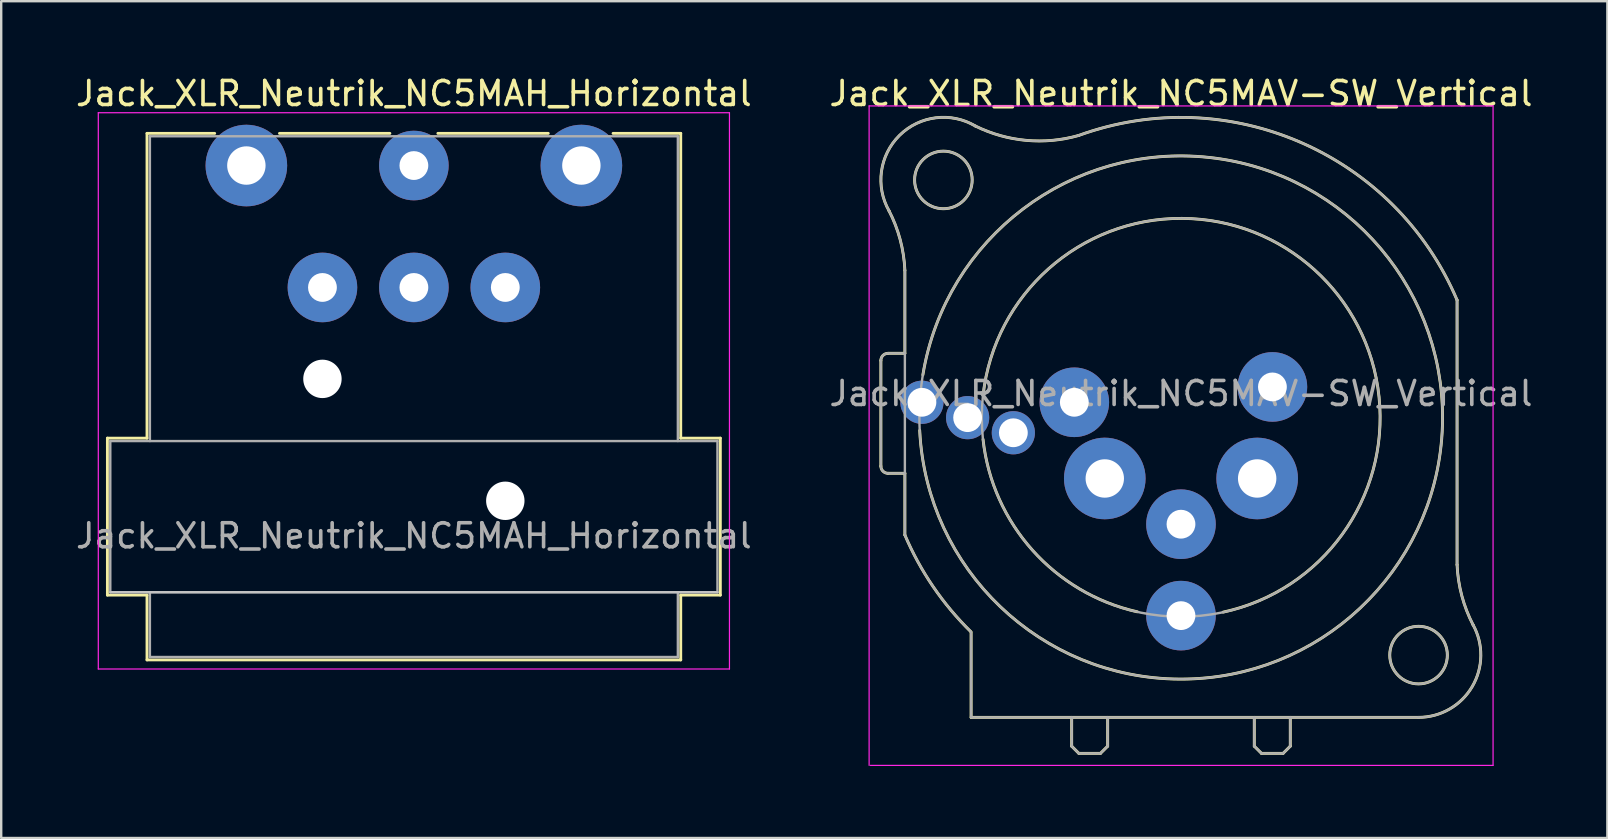
<source format=kicad_pcb>
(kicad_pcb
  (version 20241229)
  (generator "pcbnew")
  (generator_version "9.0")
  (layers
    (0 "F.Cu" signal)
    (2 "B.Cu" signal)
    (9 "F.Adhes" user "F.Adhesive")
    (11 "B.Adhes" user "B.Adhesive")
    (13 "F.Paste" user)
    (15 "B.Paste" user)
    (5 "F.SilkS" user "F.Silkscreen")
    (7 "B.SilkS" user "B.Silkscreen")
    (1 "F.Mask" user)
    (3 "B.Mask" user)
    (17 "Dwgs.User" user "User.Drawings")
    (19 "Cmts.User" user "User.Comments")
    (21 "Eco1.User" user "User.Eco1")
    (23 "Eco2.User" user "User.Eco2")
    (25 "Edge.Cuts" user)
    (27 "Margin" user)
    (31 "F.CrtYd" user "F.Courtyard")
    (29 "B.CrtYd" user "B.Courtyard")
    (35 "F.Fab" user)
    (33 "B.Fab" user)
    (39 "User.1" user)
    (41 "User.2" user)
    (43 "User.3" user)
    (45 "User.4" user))
  (footprint "Jack_XLR_Neutrik_NC5MAH_Horizontal"
    (layer "F.Cu")
    (at 7.216 3.848)
    (property "Reference" "Jack_XLR_Neutrik_NC5MAH_Horizontal" (at 6.98 -3 0) (layer "F.SilkS") (effects (font (size 1 1) (thickness 0.15))))
    (attr through_hole)
    (fp_line (start -5.79 11.36) (end -4.14 11.36) (stroke (width 0.12) (type solid)) (layer "F.SilkS"))
    (fp_line (start -5.79 17.9) (end -5.79 11.36) (stroke (width 0.12) (type solid)) (layer "F.SilkS"))
    (fp_line (start -4.14 -1.34) (end -1.32 -1.34) (stroke (width 0.12) (type solid)) (layer "F.SilkS"))
    (fp_line (start -4.14 11.36) (end -4.14 -1.34) (stroke (width 0.12) (type solid)) (layer "F.SilkS"))
    (fp_line (start -4.14 17.9) (end -5.79 17.9) (stroke (width 0.12) (type solid)) (layer "F.SilkS"))
    (fp_line (start -4.14 17.9) (end -4.14 20.6) (stroke (width 0.12) (type solid)) (layer "F.SilkS"))
    (fp_line (start 1.38 -1.34) (end 5.98 -1.34) (stroke (width 0.12) (type solid)) (layer "F.SilkS"))
    (fp_line (start 12.58 -1.34) (end 7.98 -1.34) (stroke (width 0.12) (type solid)) (layer "F.SilkS"))
    (fp_line (start 18.1 -1.34) (end 15.28 -1.34) (stroke (width 0.12) (type solid)) (layer "F.SilkS"))
    (fp_line (start 18.1 11.36) (end 18.1 -1.34) (stroke (width 0.12) (type solid)) (layer "F.SilkS"))
    (fp_line (start 18.1 11.36) (end 19.75 11.36) (stroke (width 0.12) (type solid)) (layer "F.SilkS"))
    (fp_line (start 18.1 17.9) (end 18.1 20.6) (stroke (width 0.12) (type solid)) (layer "F.SilkS"))
    (fp_line (start 18.1 20.6) (end -4.14 20.6) (stroke (width 0.12) (type solid)) (layer "F.SilkS"))
    (fp_line (start 19.75 17.9) (end 18.1 17.9) (stroke (width 0.12) (type solid)) (layer "F.SilkS"))
    (fp_line (start 19.75 17.9) (end 19.75 11.36) (stroke (width 0.12) (type solid)) (layer "F.SilkS"))
    (fp_line (start 19.63 17.78) (end -5.67 17.78) (stroke (width 0.1) (type solid)) (layer "Dwgs.User"))
    (fp_line (start -6.17 20.98) (end -6.17 -2.2) (stroke (width 0.05) (type solid)) (layer "F.CrtYd"))
    (fp_line (start 20.13 -2.2) (end -6.17 -2.2) (stroke (width 0.05) (type solid)) (layer "F.CrtYd"))
    (fp_line (start 20.13 20.98) (end -6.17 20.98) (stroke (width 0.05) (type solid)) (layer "F.CrtYd"))
    (fp_line (start 20.13 20.98) (end 20.13 -2.2) (stroke (width 0.05) (type solid)) (layer "F.CrtYd"))
    (fp_line (start -5.67 11.48) (end 19.63 11.48) (stroke (width 0.1) (type solid)) (layer "F.Fab"))
    (fp_line (start -5.67 17.78) (end -5.67 11.48) (stroke (width 0.1) (type solid)) (layer "F.Fab"))
    (fp_line (start -4.02 -1.22) (end -4.02 11.48) (stroke (width 0.1) (type solid)) (layer "F.Fab"))
    (fp_line (start -4.02 20.48) (end -4.02 17.78) (stroke (width 0.1) (type solid)) (layer "F.Fab"))
    (fp_line (start 17.98 -1.22) (end -4.02 -1.22) (stroke (width 0.1) (type solid)) (layer "F.Fab"))
    (fp_line (start 17.98 11.48) (end 17.98 -1.22) (stroke (width 0.1) (type solid)) (layer "F.Fab"))
    (fp_line (start 17.98 17.78) (end 17.98 20.48) (stroke (width 0.1) (type solid)) (layer "F.Fab"))
    (fp_line (start 17.98 20.48) (end -4.02 20.48) (stroke (width 0.1) (type solid)) (layer "F.Fab"))
    (fp_line (start 19.63 11.48) (end 19.63 17.78) (stroke (width 0.1) (type solid)) (layer "F.Fab"))
    (fp_line (start 19.63 17.78) (end -5.67 17.78) (stroke (width 0.1) (type solid)) (layer "F.Fab"))
    (fp_text user "${REFERENCE}" (at 6.98 15.43 0) (layer "F.Fab") (effects (font (size 1 1) (thickness 0.15))))
    (pad "" np_thru_hole circle (at 3.17 8.89) (size 1.6 1.6) (drill 1.6) (layers "*.Cu" "*.Mask"))
    (pad "" np_thru_hole circle (at 10.79 13.97) (size 1.6 1.6) (drill 1.6) (layers "*.Cu" "*.Mask"))
    (pad "1" thru_hole circle (at 0 0) (size 3.4 3.4) (drill 1.6) (layers "*.Cu" "*.Mask"))
    (pad "2" thru_hole circle (at 3.17 5.08) (size 2.9 2.9) (drill 1.2) (layers "*.Cu" "*.Mask"))
    (pad "3" thru_hole circle (at 6.98 0) (size 2.9 2.9) (drill 1.2) (layers "*.Cu" "*.Mask"))
    (pad "4" thru_hole circle (at 10.79 5.08) (size 2.9 2.9) (drill 1.2) (layers "*.Cu" "*.Mask"))
    (pad "5" thru_hole circle (at 13.96 0) (size 3.4 3.4) (drill 1.6) (layers "*.Cu" "*.Mask"))
    (pad "G" thru_hole circle (at 6.98 5.08) (size 2.9 2.9) (drill 1.2) (layers "*.Cu" "*.Mask")))
  (footprint "Jack_XLR_Neutrik_NC5MAV-SW_Vertical"
    (layer "F.Cu")
    (at 41.716 13.713)
    (property "Reference" "Jack_XLR_Neutrik_NC5MAV-SW_Vertical" (at 4.445 -12.865 0) (layer "F.SilkS") (effects (font (size 1 1) (thickness 0.15))))
    (attr through_hole)
    (fp_line (start -8.06 -1.74) (end -8.06 2.66) (stroke (width 0.12) (type solid)) (layer "F.SilkS"))
    (fp_line (start -7.76 2.96) (end -7.06 2.96) (stroke (width 0.12) (type solid)) (layer "F.SilkS"))
    (fp_line (start -7.06 -5.5) (end -7.06 -2.04) (stroke (width 0.12) (type solid)) (layer "F.SilkS"))
    (fp_line (start -7.06 -2.04) (end -7.76 -2.04) (stroke (width 0.12) (type solid)) (layer "F.SilkS"))
    (fp_line (start -7.06 2.96) (end -7.06 5.53) (stroke (width 0.12) (type solid)) (layer "F.SilkS"))
    (fp_line (start -4.3 9.58) (end -4.3 13.13) (stroke (width 0.12) (type solid)) (layer "F.SilkS"))
    (fp_line (start -0.11 13.13) (end -0.11 14.33) (stroke (width 0.12) (type solid)) (layer "F.SilkS"))
    (fp_line (start -0.11 14.33) (end 0.19 14.63) (stroke (width 0.12) (type solid)) (layer "F.SilkS"))
    (fp_line (start 0.19 14.63) (end 1.09 14.63) (stroke (width 0.12) (type solid)) (layer "F.SilkS"))
    (fp_line (start 1.39 13.13) (end 1.39 14.33) (stroke (width 0.12) (type solid)) (layer "F.SilkS"))
    (fp_line (start 1.39 14.33) (end 1.09 14.63) (stroke (width 0.12) (type solid)) (layer "F.SilkS"))
    (fp_line (start 7.5 13.13) (end 7.5 14.33) (stroke (width 0.12) (type solid)) (layer "F.SilkS"))
    (fp_line (start 7.5 14.33) (end 7.8 14.63) (stroke (width 0.12) (type solid)) (layer "F.SilkS"))
    (fp_line (start 8.7 14.63) (end 7.8 14.63) (stroke (width 0.12) (type solid)) (layer "F.SilkS"))
    (fp_line (start 9 13.13) (end 9 14.33) (stroke (width 0.12) (type solid)) (layer "F.SilkS"))
    (fp_line (start 9 14.33) (end 8.7 14.63) (stroke (width 0.12) (type solid)) (layer "F.SilkS"))
    (fp_line (start 14.34 13.13) (end -4.3 13.13) (stroke (width 0.12) (type solid)) (layer "F.SilkS"))
    (fp_line (start 15.95 6.77) (end 15.95 -4.26) (stroke (width 0.12) (type solid)) (layer "F.SilkS"))
    (fp_arc (start -8.06 -1.74) (mid -7.972132 -1.952132) (end -7.76 -2.04) (stroke (width 0.12) (type solid)) (layer "F.SilkS"))
    (fp_arc (start -7.76 2.96) (mid -7.972132 2.872132) (end -8.06 2.66) (stroke (width 0.12) (type solid)) (layer "F.SilkS"))
    (fp_arc (start -7.723487 -7.985205) (mid -7.256205 -6.778788) (end -7.06 -5.5) (stroke (width 0.12) (type solid)) (layer "F.SilkS"))
    (fp_arc (start -7.715328 -7.969927) (mid -7.280775 -11.124351) (end -4.12 -11.51) (stroke (width 0.12) (type solid)) (layer "F.SilkS"))
    (fp_arc (start -6.31 -1.14) (mid 15.327723 1.25708) (end -6.442209 1.172885) (stroke (width 0.12) (type solid)) (layer "F.SilkS"))
    (fp_arc (start -4.310999 9.560163) (mid -5.883968 7.680458) (end -7.06 5.53) (stroke (width 0.12) (type solid)) (layer "F.SilkS"))
    (fp_arc (start -3.8 -0.3) (mid 10.010227 -5.519876) (end 6.202812 8.744522) (stroke (width 0.12) (type solid)) (layer "F.SilkS"))
    (fp_arc (start 0.17934 -11.11788) (mid 9.430944 -10.83088) (end 15.95 -4.26) (stroke (width 0.12) (type solid)) (layer "F.SilkS"))
    (fp_arc (start 0.179944 -11.117415) (mid -2.006497 -10.914263) (end -4.12 -11.51) (stroke (width 0.12) (type solid)) (layer "F.SilkS"))
    (fp_arc (start 2.62 8.73) (mid -1.741551 6.165482) (end -3.803135 1.544903) (stroke (width 0.12) (type solid)) (layer "F.SilkS"))
    (fp_arc (start 16.614011 9.269495) (mid 16.580236 11.8496) (end 14.34 13.13) (stroke (width 0.12) (type solid)) (layer "F.SilkS"))
    (fp_arc (start 16.619064 9.280467) (mid 16.147616 8.061723) (end 15.95 6.77) (stroke (width 0.12) (type solid)) (layer "F.SilkS"))
    (fp_circle (center -5.455 -9.265) (end -4.255 -9.265) (stroke (width 0.12) (type solid)) (fill no) (layer "F.SilkS"))
    (fp_circle (center 14.345 10.535) (end 15.545 10.535) (stroke (width 0.12) (type solid)) (fill no) (layer "F.SilkS"))
    (fp_line (start -8.55 -12.35) (end 17.45 -12.35) (stroke (width 0.05) (type solid)) (layer "F.CrtYd"))
    (fp_line (start -8.55 15.13) (end -8.55 -12.35) (stroke (width 0.05) (type solid)) (layer "F.CrtYd"))
    (fp_line (start 17.45 -12.35) (end 17.45 15.13) (stroke (width 0.05) (type solid)) (layer "F.CrtYd"))
    (fp_line (start 17.45 15.13) (end -8.5 15.13) (stroke (width 0.05) (type solid)) (layer "F.CrtYd"))
    (fp_line (start -8.06 -1.74) (end -8.06 2.66) (stroke (width 0.1) (type solid)) (layer "F.Fab"))
    (fp_line (start -7.76 2.96) (end -7.06 2.96) (stroke (width 0.1) (type solid)) (layer "F.Fab"))
    (fp_line (start -7.06 -5.5) (end -7.06 5.53) (stroke (width 0.1) (type solid)) (layer "F.Fab"))
    (fp_line (start -7.06 -2.04) (end -7.76 -2.04) (stroke (width 0.1) (type solid)) (layer "F.Fab"))
    (fp_line (start -4.3 9.58) (end -4.3 13.13) (stroke (width 0.1) (type solid)) (layer "F.Fab"))
    (fp_line (start -0.11 13.13) (end -0.11 14.33) (stroke (width 0.1) (type solid)) (layer "F.Fab"))
    (fp_line (start -0.11 14.33) (end 0.19 14.63) (stroke (width 0.1) (type solid)) (layer "F.Fab"))
    (fp_line (start 0.19 14.63) (end 1.09 14.63) (stroke (width 0.1) (type solid)) (layer "F.Fab"))
    (fp_line (start 1.39 13.13) (end 1.39 14.33) (stroke (width 0.1) (type solid)) (layer "F.Fab"))
    (fp_line (start 1.39 14.33) (end 1.09 14.63) (stroke (width 0.1) (type solid)) (layer "F.Fab"))
    (fp_line (start 7.5 13.13) (end 7.5 14.33) (stroke (width 0.1) (type solid)) (layer "F.Fab"))
    (fp_line (start 7.5 14.33) (end 7.8 14.63) (stroke (width 0.1) (type solid)) (layer "F.Fab"))
    (fp_line (start 8.7 14.63) (end 7.8 14.63) (stroke (width 0.1) (type solid)) (layer "F.Fab"))
    (fp_line (start 9 13.13) (end 9 14.33) (stroke (width 0.1) (type solid)) (layer "F.Fab"))
    (fp_line (start 9 14.33) (end 8.7 14.63) (stroke (width 0.1) (type solid)) (layer "F.Fab"))
    (fp_line (start 14.34 13.13) (end -4.3 13.13) (stroke (width 0.1) (type solid)) (layer "F.Fab"))
    (fp_line (start 15.95 6.77) (end 15.95 -4.26) (stroke (width 0.1) (type solid)) (layer "F.Fab"))
    (fp_arc (start -8.06 -1.74) (mid -7.972132 -1.952132) (end -7.76 -2.04) (stroke (width 0.1) (type solid)) (layer "F.Fab"))
    (fp_arc (start -7.76 2.96) (mid -7.972132 2.872132) (end -8.06 2.66) (stroke (width 0.1) (type solid)) (layer "F.Fab"))
    (fp_arc (start -7.723487 -7.985205) (mid -7.256205 -6.778788) (end -7.06 -5.5) (stroke (width 0.1) (type solid)) (layer "F.Fab"))
    (fp_arc (start -7.715328 -7.969927) (mid -7.280775 -11.124351) (end -4.12 -11.51) (stroke (width 0.1) (type solid)) (layer "F.Fab"))
    (fp_arc (start -4.310999 9.560163) (mid -5.883968 7.680458) (end -7.06 5.53) (stroke (width 0.1) (type solid)) (layer "F.Fab"))
    (fp_arc (start 0.17934 -11.11788) (mid 9.430944 -10.83088) (end 15.95 -4.26) (stroke (width 0.1) (type solid)) (layer "F.Fab"))
    (fp_arc (start 0.179944 -11.117415) (mid -2.006497 -10.914263) (end -4.12 -11.51) (stroke (width 0.1) (type solid)) (layer "F.Fab"))
    (fp_arc (start 16.614011 9.269495) (mid 16.580236 11.8496) (end 14.34 13.13) (stroke (width 0.1) (type solid)) (layer "F.Fab"))
    (fp_arc (start 16.619064 9.280467) (mid 16.147616 8.061723) (end 15.95 6.77) (stroke (width 0.1) (type solid)) (layer "F.Fab"))
    (fp_circle (center -5.455 -9.265) (end -4.255 -9.265) (stroke (width 0.1) (type solid)) (fill no) (layer "F.Fab"))
    (fp_circle (center 4.445 0.635) (end 12.745 0.635) (stroke (width 0.1) (type solid)) (fill no) (layer "F.Fab"))
    (fp_circle (center 4.445 0.635) (end 15.345 0.635) (stroke (width 0.1) (type solid)) (fill no) (layer "F.Fab"))
    (fp_circle (center 14.345 10.535) (end 15.545 10.535) (stroke (width 0.1) (type solid)) (fill no) (layer "F.Fab"))
    (fp_text user "${REFERENCE}" (at 4.445 -0.365 0) (layer "F.Fab") (effects (font (size 1 1) (thickness 0.15))))
    (pad "1" thru_hole circle (at 0 0) (size 2.9 2.9) (drill 1.2) (layers "*.Cu" "*.Mask"))
    (pad "2" thru_hole circle (at 1.27 3.175) (size 3.4 3.4) (drill 1.6) (layers "*.Cu" "*.Mask"))
    (pad "3" thru_hole circle (at 4.445 5.08) (size 2.9 2.9) (drill 1.2) (layers "*.Cu" "*.Mask"))
    (pad "4" thru_hole circle (at 7.62 3.175) (size 3.4 3.4) (drill 1.6) (layers "*.Cu" "*.Mask"))
    (pad "5" thru_hole circle (at 8.255 -0.64) (size 2.9 2.9) (drill 1.2) (layers "*.Cu" "*.Mask"))
    (pad "G" thru_hole circle (at 4.445 8.89) (size 2.9 2.9) (drill 1.2) (layers "*.Cu" "*.Mask"))
    (pad "N" thru_hole circle (at -4.445 0.64) (size 1.8 1.8) (drill 1.2) (layers "*.Cu" "*.Mask"))
    (pad "NC" thru_hole circle (at -2.54 1.27) (size 1.8 1.8) (drill 1.2) (layers "*.Cu" "*.Mask"))
    (pad "NO" thru_hole circle (at -6.35 0) (size 1.8 1.8) (drill 1.2) (layers "*.Cu" "*.Mask")))
  (gr_rect
    (start -3 -3)
    (end 63.929 31.868)
    (stroke (width 0.1) (type default))
    (fill no)
    (layer "Edge.Cuts")))
</source>
